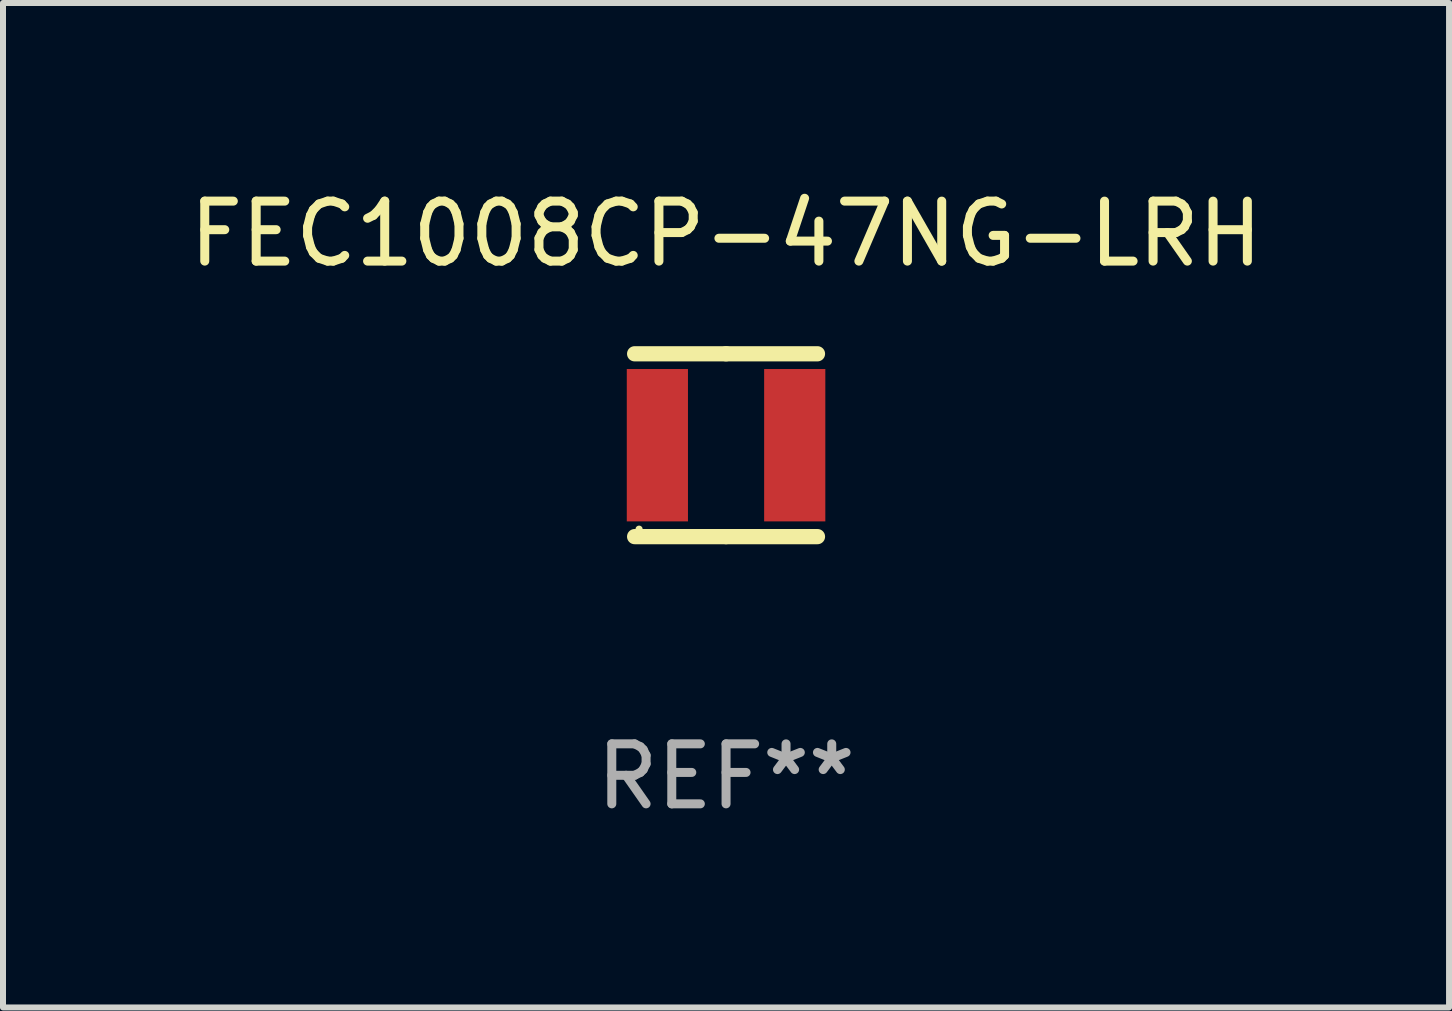
<source format=kicad_pcb>
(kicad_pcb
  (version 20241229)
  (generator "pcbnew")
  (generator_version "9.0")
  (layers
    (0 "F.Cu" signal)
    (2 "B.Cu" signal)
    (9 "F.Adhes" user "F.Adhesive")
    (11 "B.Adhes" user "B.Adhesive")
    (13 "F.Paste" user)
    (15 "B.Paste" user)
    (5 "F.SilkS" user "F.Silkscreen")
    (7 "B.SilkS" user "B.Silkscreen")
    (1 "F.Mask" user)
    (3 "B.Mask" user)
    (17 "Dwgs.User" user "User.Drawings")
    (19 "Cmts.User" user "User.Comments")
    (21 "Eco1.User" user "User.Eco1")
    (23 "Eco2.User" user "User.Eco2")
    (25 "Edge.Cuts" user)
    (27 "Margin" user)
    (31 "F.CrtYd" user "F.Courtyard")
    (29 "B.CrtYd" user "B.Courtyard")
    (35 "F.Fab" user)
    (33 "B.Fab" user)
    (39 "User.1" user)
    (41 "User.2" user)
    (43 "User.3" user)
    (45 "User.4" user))
  (footprint "FEC1008CP-47NG-LRH"
    (layer "F.Cu")
    (at 9.054 4.372)
    (property "Reference" "FEC1008CP-47NG-LRH" (at 0 -3.524 0) (layer "F.SilkS") (effects (font (size 1 1) (thickness 0.15))))
    (attr through_hole)
    (fp_line (start -1.524 -1.524) (end 0 -1.524) (stroke (width 0.254) (type solid)) (layer "F.SilkS"))
    (fp_line (start 0 -1.524) (end 1.524 -1.524) (stroke (width 0.254) (type solid)) (layer "F.SilkS"))
    (fp_line (start 0 1.524) (end -1.524 1.524) (stroke (width 0.254) (type solid)) (layer "F.SilkS"))
    (fp_line (start 1.524 1.524) (end 0 1.524) (stroke (width 0.254) (type solid)) (layer "F.SilkS"))
    (fp_circle (center -1.45 1.4) (end -1.42 1.4) (stroke (width 0.06) (type solid)) (fill no) (layer "F.SilkS"))
    (fp_text user "REF**" (at 0 5.524 0) (layer "F.Fab") (effects (font (size 1 1) (thickness 0.15))))
    (pad "1" smd rect (at -1.145 0) (size 1.02 2.54) (layers "F.Cu" "F.Mask" "F.Paste"))
    (pad "2" smd rect (at 1.145 0) (size 1.02 2.54) (layers "F.Cu" "F.Mask" "F.Paste")))
  (gr_rect
    (start -3 -3)
    (end 21.107 13.745)
    (stroke (width 0.1) (type default))
    (fill no)
    (layer "Edge.Cuts")))
</source>
